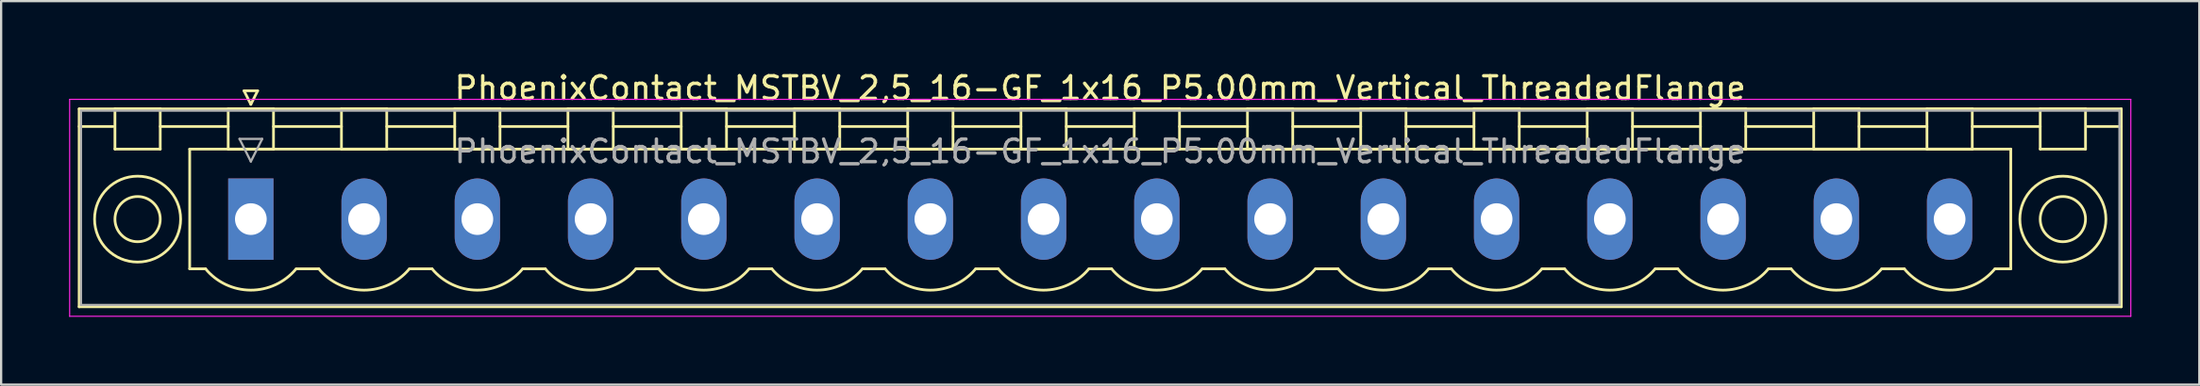
<source format=kicad_pcb>
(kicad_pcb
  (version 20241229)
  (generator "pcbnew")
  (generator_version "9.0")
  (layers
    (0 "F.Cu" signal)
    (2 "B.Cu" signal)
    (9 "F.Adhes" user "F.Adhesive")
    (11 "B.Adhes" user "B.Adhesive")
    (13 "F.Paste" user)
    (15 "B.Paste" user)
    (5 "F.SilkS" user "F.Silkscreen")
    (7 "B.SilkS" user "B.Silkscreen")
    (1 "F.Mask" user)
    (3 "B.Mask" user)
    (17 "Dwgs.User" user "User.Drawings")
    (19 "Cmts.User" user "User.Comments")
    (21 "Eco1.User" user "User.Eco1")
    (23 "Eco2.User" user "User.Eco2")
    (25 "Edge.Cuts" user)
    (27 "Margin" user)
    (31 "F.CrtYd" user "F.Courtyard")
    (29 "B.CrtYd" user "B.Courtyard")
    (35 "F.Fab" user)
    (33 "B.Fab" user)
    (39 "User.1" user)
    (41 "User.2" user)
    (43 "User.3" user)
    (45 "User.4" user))
  (footprint "PhoenixContact_MSTBV_2,5_16-GF_1x16_P5.00mm_Vertical_ThreadedFlange"
    (layer "F.Cu")
    (at 8.025 6.648)
    (property "Reference" "PhoenixContact_MSTBV_2,5_16-GF_1x16_P5.00mm_Vertical_ThreadedFlange" (at 37.5 -5.8 0) (layer "F.SilkS") (effects (font (size 1 1) (thickness 0.15))))
    (attr through_hole)
    (fp_line (start -7.58 -4.88) (end -7.58 3.88) (stroke (width 0.12) (type solid)) (layer "F.SilkS"))
    (fp_line (start -7.58 -4.1) (end -6.08 -4.1) (stroke (width 0.12) (type solid)) (layer "F.SilkS"))
    (fp_line (start -7.58 3.88) (end 82.58 3.88) (stroke (width 0.12) (type solid)) (layer "F.SilkS"))
    (fp_line (start -6 -4.88) (end -4 -4.88) (stroke (width 0.12) (type solid)) (layer "F.SilkS"))
    (fp_line (start -6 -3.1) (end -6 -4.88) (stroke (width 0.12) (type solid)) (layer "F.SilkS"))
    (fp_line (start -4 -4.88) (end -4 -3.1) (stroke (width 0.12) (type solid)) (layer "F.SilkS"))
    (fp_line (start -4 -4.1) (end -1 -4.1) (stroke (width 0.12) (type solid)) (layer "F.SilkS"))
    (fp_line (start -4 -3.1) (end -6 -3.1) (stroke (width 0.12) (type solid)) (layer "F.SilkS"))
    (fp_line (start -2.7 -3.1) (end 77.7 -3.1) (stroke (width 0.12) (type solid)) (layer "F.SilkS"))
    (fp_line (start -2.7 2.2) (end -2.7 -3.1) (stroke (width 0.12) (type solid)) (layer "F.SilkS"))
    (fp_line (start -2 2.2) (end -2.7 2.2) (stroke (width 0.12) (type solid)) (layer "F.SilkS"))
    (fp_line (start -1 -4.88) (end 1 -4.88) (stroke (width 0.12) (type solid)) (layer "F.SilkS"))
    (fp_line (start -1 -3.1) (end -1 -4.88) (stroke (width 0.12) (type solid)) (layer "F.SilkS"))
    (fp_line (start -0.3 -5.68) (end 0.3 -5.68) (stroke (width 0.12) (type solid)) (layer "F.SilkS"))
    (fp_line (start 0 -5.08) (end -0.3 -5.68) (stroke (width 0.12) (type solid)) (layer "F.SilkS"))
    (fp_line (start 0.3 -5.68) (end 0 -5.08) (stroke (width 0.12) (type solid)) (layer "F.SilkS"))
    (fp_line (start 1 -4.88) (end 1 -3.1) (stroke (width 0.12) (type solid)) (layer "F.SilkS"))
    (fp_line (start 1 -4.1) (end 4 -4.1) (stroke (width 0.12) (type solid)) (layer "F.SilkS"))
    (fp_line (start 1 -3.1) (end -1 -3.1) (stroke (width 0.12) (type solid)) (layer "F.SilkS"))
    (fp_line (start 2 2.2) (end 3 2.2) (stroke (width 0.12) (type solid)) (layer "F.SilkS"))
    (fp_line (start 4 -4.88) (end 6 -4.88) (stroke (width 0.12) (type solid)) (layer "F.SilkS"))
    (fp_line (start 4 -3.1) (end 4 -4.88) (stroke (width 0.12) (type solid)) (layer "F.SilkS"))
    (fp_line (start 6 -4.88) (end 6 -3.1) (stroke (width 0.12) (type solid)) (layer "F.SilkS"))
    (fp_line (start 6 -4.1) (end 9 -4.1) (stroke (width 0.12) (type solid)) (layer "F.SilkS"))
    (fp_line (start 6 -3.1) (end 4 -3.1) (stroke (width 0.12) (type solid)) (layer "F.SilkS"))
    (fp_line (start 7 2.2) (end 8 2.2) (stroke (width 0.12) (type solid)) (layer "F.SilkS"))
    (fp_line (start 9 -4.88) (end 11 -4.88) (stroke (width 0.12) (type solid)) (layer "F.SilkS"))
    (fp_line (start 9 -3.1) (end 9 -4.88) (stroke (width 0.12) (type solid)) (layer "F.SilkS"))
    (fp_line (start 11 -4.88) (end 11 -3.1) (stroke (width 0.12) (type solid)) (layer "F.SilkS"))
    (fp_line (start 11 -4.1) (end 14 -4.1) (stroke (width 0.12) (type solid)) (layer "F.SilkS"))
    (fp_line (start 11 -3.1) (end 9 -3.1) (stroke (width 0.12) (type solid)) (layer "F.SilkS"))
    (fp_line (start 12 2.2) (end 13 2.2) (stroke (width 0.12) (type solid)) (layer "F.SilkS"))
    (fp_line (start 14 -4.88) (end 16 -4.88) (stroke (width 0.12) (type solid)) (layer "F.SilkS"))
    (fp_line (start 14 -3.1) (end 14 -4.88) (stroke (width 0.12) (type solid)) (layer "F.SilkS"))
    (fp_line (start 16 -4.88) (end 16 -3.1) (stroke (width 0.12) (type solid)) (layer "F.SilkS"))
    (fp_line (start 16 -4.1) (end 19 -4.1) (stroke (width 0.12) (type solid)) (layer "F.SilkS"))
    (fp_line (start 16 -3.1) (end 14 -3.1) (stroke (width 0.12) (type solid)) (layer "F.SilkS"))
    (fp_line (start 17 2.2) (end 18 2.2) (stroke (width 0.12) (type solid)) (layer "F.SilkS"))
    (fp_line (start 19 -4.88) (end 21 -4.88) (stroke (width 0.12) (type solid)) (layer "F.SilkS"))
    (fp_line (start 19 -3.1) (end 19 -4.88) (stroke (width 0.12) (type solid)) (layer "F.SilkS"))
    (fp_line (start 21 -4.88) (end 21 -3.1) (stroke (width 0.12) (type solid)) (layer "F.SilkS"))
    (fp_line (start 21 -4.1) (end 24 -4.1) (stroke (width 0.12) (type solid)) (layer "F.SilkS"))
    (fp_line (start 21 -3.1) (end 19 -3.1) (stroke (width 0.12) (type solid)) (layer "F.SilkS"))
    (fp_line (start 22 2.2) (end 23 2.2) (stroke (width 0.12) (type solid)) (layer "F.SilkS"))
    (fp_line (start 24 -4.88) (end 26 -4.88) (stroke (width 0.12) (type solid)) (layer "F.SilkS"))
    (fp_line (start 24 -3.1) (end 24 -4.88) (stroke (width 0.12) (type solid)) (layer "F.SilkS"))
    (fp_line (start 26 -4.88) (end 26 -3.1) (stroke (width 0.12) (type solid)) (layer "F.SilkS"))
    (fp_line (start 26 -4.1) (end 29 -4.1) (stroke (width 0.12) (type solid)) (layer "F.SilkS"))
    (fp_line (start 26 -3.1) (end 24 -3.1) (stroke (width 0.12) (type solid)) (layer "F.SilkS"))
    (fp_line (start 27 2.2) (end 28 2.2) (stroke (width 0.12) (type solid)) (layer "F.SilkS"))
    (fp_line (start 29 -4.88) (end 31 -4.88) (stroke (width 0.12) (type solid)) (layer "F.SilkS"))
    (fp_line (start 29 -3.1) (end 29 -4.88) (stroke (width 0.12) (type solid)) (layer "F.SilkS"))
    (fp_line (start 31 -4.88) (end 31 -3.1) (stroke (width 0.12) (type solid)) (layer "F.SilkS"))
    (fp_line (start 31 -4.1) (end 34 -4.1) (stroke (width 0.12) (type solid)) (layer "F.SilkS"))
    (fp_line (start 31 -3.1) (end 29 -3.1) (stroke (width 0.12) (type solid)) (layer "F.SilkS"))
    (fp_line (start 32 2.2) (end 33 2.2) (stroke (width 0.12) (type solid)) (layer "F.SilkS"))
    (fp_line (start 34 -4.88) (end 36 -4.88) (stroke (width 0.12) (type solid)) (layer "F.SilkS"))
    (fp_line (start 34 -3.1) (end 34 -4.88) (stroke (width 0.12) (type solid)) (layer "F.SilkS"))
    (fp_line (start 36 -4.88) (end 36 -3.1) (stroke (width 0.12) (type solid)) (layer "F.SilkS"))
    (fp_line (start 36 -4.1) (end 39 -4.1) (stroke (width 0.12) (type solid)) (layer "F.SilkS"))
    (fp_line (start 36 -3.1) (end 34 -3.1) (stroke (width 0.12) (type solid)) (layer "F.SilkS"))
    (fp_line (start 37 2.2) (end 38 2.2) (stroke (width 0.12) (type solid)) (layer "F.SilkS"))
    (fp_line (start 39 -4.88) (end 41 -4.88) (stroke (width 0.12) (type solid)) (layer "F.SilkS"))
    (fp_line (start 39 -3.1) (end 39 -4.88) (stroke (width 0.12) (type solid)) (layer "F.SilkS"))
    (fp_line (start 41 -4.88) (end 41 -3.1) (stroke (width 0.12) (type solid)) (layer "F.SilkS"))
    (fp_line (start 41 -4.1) (end 44 -4.1) (stroke (width 0.12) (type solid)) (layer "F.SilkS"))
    (fp_line (start 41 -3.1) (end 39 -3.1) (stroke (width 0.12) (type solid)) (layer "F.SilkS"))
    (fp_line (start 42 2.2) (end 43 2.2) (stroke (width 0.12) (type solid)) (layer "F.SilkS"))
    (fp_line (start 44 -4.88) (end 46 -4.88) (stroke (width 0.12) (type solid)) (layer "F.SilkS"))
    (fp_line (start 44 -3.1) (end 44 -4.88) (stroke (width 0.12) (type solid)) (layer "F.SilkS"))
    (fp_line (start 46 -4.88) (end 46 -3.1) (stroke (width 0.12) (type solid)) (layer "F.SilkS"))
    (fp_line (start 46 -4.1) (end 49 -4.1) (stroke (width 0.12) (type solid)) (layer "F.SilkS"))
    (fp_line (start 46 -3.1) (end 44 -3.1) (stroke (width 0.12) (type solid)) (layer "F.SilkS"))
    (fp_line (start 47 2.2) (end 48 2.2) (stroke (width 0.12) (type solid)) (layer "F.SilkS"))
    (fp_line (start 49 -4.88) (end 51 -4.88) (stroke (width 0.12) (type solid)) (layer "F.SilkS"))
    (fp_line (start 49 -3.1) (end 49 -4.88) (stroke (width 0.12) (type solid)) (layer "F.SilkS"))
    (fp_line (start 51 -4.88) (end 51 -3.1) (stroke (width 0.12) (type solid)) (layer "F.SilkS"))
    (fp_line (start 51 -4.1) (end 54 -4.1) (stroke (width 0.12) (type solid)) (layer "F.SilkS"))
    (fp_line (start 51 -3.1) (end 49 -3.1) (stroke (width 0.12) (type solid)) (layer "F.SilkS"))
    (fp_line (start 52 2.2) (end 53 2.2) (stroke (width 0.12) (type solid)) (layer "F.SilkS"))
    (fp_line (start 54 -4.88) (end 56 -4.88) (stroke (width 0.12) (type solid)) (layer "F.SilkS"))
    (fp_line (start 54 -3.1) (end 54 -4.88) (stroke (width 0.12) (type solid)) (layer "F.SilkS"))
    (fp_line (start 56 -4.88) (end 56 -3.1) (stroke (width 0.12) (type solid)) (layer "F.SilkS"))
    (fp_line (start 56 -4.1) (end 59 -4.1) (stroke (width 0.12) (type solid)) (layer "F.SilkS"))
    (fp_line (start 56 -3.1) (end 54 -3.1) (stroke (width 0.12) (type solid)) (layer "F.SilkS"))
    (fp_line (start 57 2.2) (end 58 2.2) (stroke (width 0.12) (type solid)) (layer "F.SilkS"))
    (fp_line (start 59 -4.88) (end 61 -4.88) (stroke (width 0.12) (type solid)) (layer "F.SilkS"))
    (fp_line (start 59 -3.1) (end 59 -4.88) (stroke (width 0.12) (type solid)) (layer "F.SilkS"))
    (fp_line (start 61 -4.88) (end 61 -3.1) (stroke (width 0.12) (type solid)) (layer "F.SilkS"))
    (fp_line (start 61 -4.1) (end 64 -4.1) (stroke (width 0.12) (type solid)) (layer "F.SilkS"))
    (fp_line (start 61 -3.1) (end 59 -3.1) (stroke (width 0.12) (type solid)) (layer "F.SilkS"))
    (fp_line (start 62 2.2) (end 63 2.2) (stroke (width 0.12) (type solid)) (layer "F.SilkS"))
    (fp_line (start 64 -4.88) (end 66 -4.88) (stroke (width 0.12) (type solid)) (layer "F.SilkS"))
    (fp_line (start 64 -3.1) (end 64 -4.88) (stroke (width 0.12) (type solid)) (layer "F.SilkS"))
    (fp_line (start 66 -4.88) (end 66 -3.1) (stroke (width 0.12) (type solid)) (layer "F.SilkS"))
    (fp_line (start 66 -4.1) (end 69 -4.1) (stroke (width 0.12) (type solid)) (layer "F.SilkS"))
    (fp_line (start 66 -3.1) (end 64 -3.1) (stroke (width 0.12) (type solid)) (layer "F.SilkS"))
    (fp_line (start 67 2.2) (end 68 2.2) (stroke (width 0.12) (type solid)) (layer "F.SilkS"))
    (fp_line (start 69 -4.88) (end 71 -4.88) (stroke (width 0.12) (type solid)) (layer "F.SilkS"))
    (fp_line (start 69 -3.1) (end 69 -4.88) (stroke (width 0.12) (type solid)) (layer "F.SilkS"))
    (fp_line (start 71 -4.88) (end 71 -3.1) (stroke (width 0.12) (type solid)) (layer "F.SilkS"))
    (fp_line (start 71 -4.1) (end 74 -4.1) (stroke (width 0.12) (type solid)) (layer "F.SilkS"))
    (fp_line (start 71 -3.1) (end 69 -3.1) (stroke (width 0.12) (type solid)) (layer "F.SilkS"))
    (fp_line (start 72 2.2) (end 73 2.2) (stroke (width 0.12) (type solid)) (layer "F.SilkS"))
    (fp_line (start 74 -4.88) (end 76 -4.88) (stroke (width 0.12) (type solid)) (layer "F.SilkS"))
    (fp_line (start 74 -3.1) (end 74 -4.88) (stroke (width 0.12) (type solid)) (layer "F.SilkS"))
    (fp_line (start 76 -4.88) (end 76 -3.1) (stroke (width 0.12) (type solid)) (layer "F.SilkS"))
    (fp_line (start 76 -4.1) (end 79 -4.1) (stroke (width 0.12) (type solid)) (layer "F.SilkS"))
    (fp_line (start 76 -3.1) (end 74 -3.1) (stroke (width 0.12) (type solid)) (layer "F.SilkS"))
    (fp_line (start 77.7 -3.1) (end 77.7 2.2) (stroke (width 0.12) (type solid)) (layer "F.SilkS"))
    (fp_line (start 77.7 2.2) (end 77 2.2) (stroke (width 0.12) (type solid)) (layer "F.SilkS"))
    (fp_line (start 79 -4.88) (end 81 -4.88) (stroke (width 0.12) (type solid)) (layer "F.SilkS"))
    (fp_line (start 79 -3.1) (end 79 -4.88) (stroke (width 0.12) (type solid)) (layer "F.SilkS"))
    (fp_line (start 81 -4.88) (end 81 -3.1) (stroke (width 0.12) (type solid)) (layer "F.SilkS"))
    (fp_line (start 81 -3.1) (end 79 -3.1) (stroke (width 0.12) (type solid)) (layer "F.SilkS"))
    (fp_line (start 82.58 -4.88) (end -7.58 -4.88) (stroke (width 0.12) (type solid)) (layer "F.SilkS"))
    (fp_line (start 82.58 -4.1) (end 81.08 -4.1) (stroke (width 0.12) (type solid)) (layer "F.SilkS"))
    (fp_line (start 82.58 3.88) (end 82.58 -4.88) (stroke (width 0.12) (type solid)) (layer "F.SilkS"))
    (fp_arc (start 1.986842 2.215821) (mid -0.010289 3.142758) (end -2 2.2) (stroke (width 0.12) (type solid)) (layer "F.SilkS"))
    (fp_arc (start 6.986842 2.215821) (mid 4.989711 3.142758) (end 3 2.2) (stroke (width 0.12) (type solid)) (layer "F.SilkS"))
    (fp_arc (start 11.986842 2.215821) (mid 9.989711 3.142758) (end 8 2.2) (stroke (width 0.12) (type solid)) (layer "F.SilkS"))
    (fp_arc (start 16.986842 2.215821) (mid 14.989711 3.142758) (end 13 2.2) (stroke (width 0.12) (type solid)) (layer "F.SilkS"))
    (fp_arc (start 21.986842 2.215821) (mid 19.989711 3.142758) (end 18 2.2) (stroke (width 0.12) (type solid)) (layer "F.SilkS"))
    (fp_arc (start 26.986842 2.215821) (mid 24.989711 3.142758) (end 23 2.2) (stroke (width 0.12) (type solid)) (layer "F.SilkS"))
    (fp_arc (start 31.986842 2.215821) (mid 29.989711 3.142758) (end 28 2.2) (stroke (width 0.12) (type solid)) (layer "F.SilkS"))
    (fp_arc (start 36.986842 2.215821) (mid 34.989711 3.142758) (end 33 2.2) (stroke (width 0.12) (type solid)) (layer "F.SilkS"))
    (fp_arc (start 41.986842 2.215821) (mid 39.989711 3.142758) (end 38 2.2) (stroke (width 0.12) (type solid)) (layer "F.SilkS"))
    (fp_arc (start 46.986842 2.215821) (mid 44.989711 3.142758) (end 43 2.2) (stroke (width 0.12) (type solid)) (layer "F.SilkS"))
    (fp_arc (start 51.986842 2.215821) (mid 49.989711 3.142758) (end 48 2.2) (stroke (width 0.12) (type solid)) (layer "F.SilkS"))
    (fp_arc (start 56.986842 2.215821) (mid 54.989711 3.142758) (end 53 2.2) (stroke (width 0.12) (type solid)) (layer "F.SilkS"))
    (fp_arc (start 61.986842 2.215821) (mid 59.989711 3.142758) (end 58 2.2) (stroke (width 0.12) (type solid)) (layer "F.SilkS"))
    (fp_arc (start 66.986842 2.215821) (mid 64.989711 3.142758) (end 63 2.2) (stroke (width 0.12) (type solid)) (layer "F.SilkS"))
    (fp_arc (start 71.986842 2.215821) (mid 69.989711 3.142758) (end 68 2.2) (stroke (width 0.12) (type solid)) (layer "F.SilkS"))
    (fp_arc (start 76.986842 2.215821) (mid 74.989711 3.142758) (end 73 2.2) (stroke (width 0.12) (type solid)) (layer "F.SilkS"))
    (fp_circle (center -5 0) (end -4 0) (stroke (width 0.12) (type solid)) (fill no) (layer "F.SilkS"))
    (fp_circle (center -5 0) (end -3.1 0) (stroke (width 0.12) (type solid)) (fill no) (layer "F.SilkS"))
    (fp_circle (center 80 0) (end 81 0) (stroke (width 0.12) (type solid)) (fill no) (layer "F.SilkS"))
    (fp_circle (center 80 0) (end 81.9 0) (stroke (width 0.12) (type solid)) (fill no) (layer "F.SilkS"))
    (fp_line (start -8 -5.3) (end -8 4.3) (stroke (width 0.05) (type solid)) (layer "F.CrtYd"))
    (fp_line (start -8 4.3) (end 83 4.3) (stroke (width 0.05) (type solid)) (layer "F.CrtYd"))
    (fp_line (start 83 -5.3) (end -8 -5.3) (stroke (width 0.05) (type solid)) (layer "F.CrtYd"))
    (fp_line (start 83 4.3) (end 83 -5.3) (stroke (width 0.05) (type solid)) (layer "F.CrtYd"))
    (fp_line (start -7.5 -4.8) (end -7.5 3.8) (stroke (width 0.1) (type solid)) (layer "F.Fab"))
    (fp_line (start -7.5 3.8) (end 82.5 3.8) (stroke (width 0.1) (type solid)) (layer "F.Fab"))
    (fp_line (start -0.5 -3.55) (end 0.5 -3.55) (stroke (width 0.1) (type solid)) (layer "F.Fab"))
    (fp_line (start 0 -2.55) (end -0.5 -3.55) (stroke (width 0.1) (type solid)) (layer "F.Fab"))
    (fp_line (start 0.5 -3.55) (end 0 -2.55) (stroke (width 0.1) (type solid)) (layer "F.Fab"))
    (fp_line (start 82.5 -4.8) (end -7.5 -4.8) (stroke (width 0.1) (type solid)) (layer "F.Fab"))
    (fp_line (start 82.5 3.8) (end 82.5 -4.8) (stroke (width 0.1) (type solid)) (layer "F.Fab"))
    (fp_text user "${REFERENCE}" (at 37.5 -3 0) (layer "F.Fab") (effects (font (size 1 1) (thickness 0.15))))
    (pad "1" thru_hole rect (at 0 0) (size 2 3.6) (drill 1.4) (layers "*.Cu" "*.Mask"))
    (pad "2" thru_hole oval (at 5 0) (size 2 3.6) (drill 1.4) (layers "*.Cu" "*.Mask"))
    (pad "3" thru_hole oval (at 10 0) (size 2 3.6) (drill 1.4) (layers "*.Cu" "*.Mask"))
    (pad "4" thru_hole oval (at 15 0) (size 2 3.6) (drill 1.4) (layers "*.Cu" "*.Mask"))
    (pad "5" thru_hole oval (at 20 0) (size 2 3.6) (drill 1.4) (layers "*.Cu" "*.Mask"))
    (pad "6" thru_hole oval (at 25 0) (size 2 3.6) (drill 1.4) (layers "*.Cu" "*.Mask"))
    (pad "7" thru_hole oval (at 30 0) (size 2 3.6) (drill 1.4) (layers "*.Cu" "*.Mask"))
    (pad "8" thru_hole oval (at 35 0) (size 2 3.6) (drill 1.4) (layers "*.Cu" "*.Mask"))
    (pad "9" thru_hole oval (at 40 0) (size 2 3.6) (drill 1.4) (layers "*.Cu" "*.Mask"))
    (pad "10" thru_hole oval (at 45 0) (size 2 3.6) (drill 1.4) (layers "*.Cu" "*.Mask"))
    (pad "11" thru_hole oval (at 50 0) (size 2 3.6) (drill 1.4) (layers "*.Cu" "*.Mask"))
    (pad "12" thru_hole oval (at 55 0) (size 2 3.6) (drill 1.4) (layers "*.Cu" "*.Mask"))
    (pad "13" thru_hole oval (at 60 0) (size 2 3.6) (drill 1.4) (layers "*.Cu" "*.Mask"))
    (pad "14" thru_hole oval (at 65 0) (size 2 3.6) (drill 1.4) (layers "*.Cu" "*.Mask"))
    (pad "15" thru_hole oval (at 70 0) (size 2 3.6) (drill 1.4) (layers "*.Cu" "*.Mask"))
    (pad "16" thru_hole oval (at 75 0) (size 2 3.6) (drill 1.4) (layers "*.Cu" "*.Mask")))
  (gr_rect
    (start -3 -3)
    (end 94.05 13.973)
    (stroke (width 0.1) (type default))
    (fill no)
    (layer "Edge.Cuts")))
</source>
